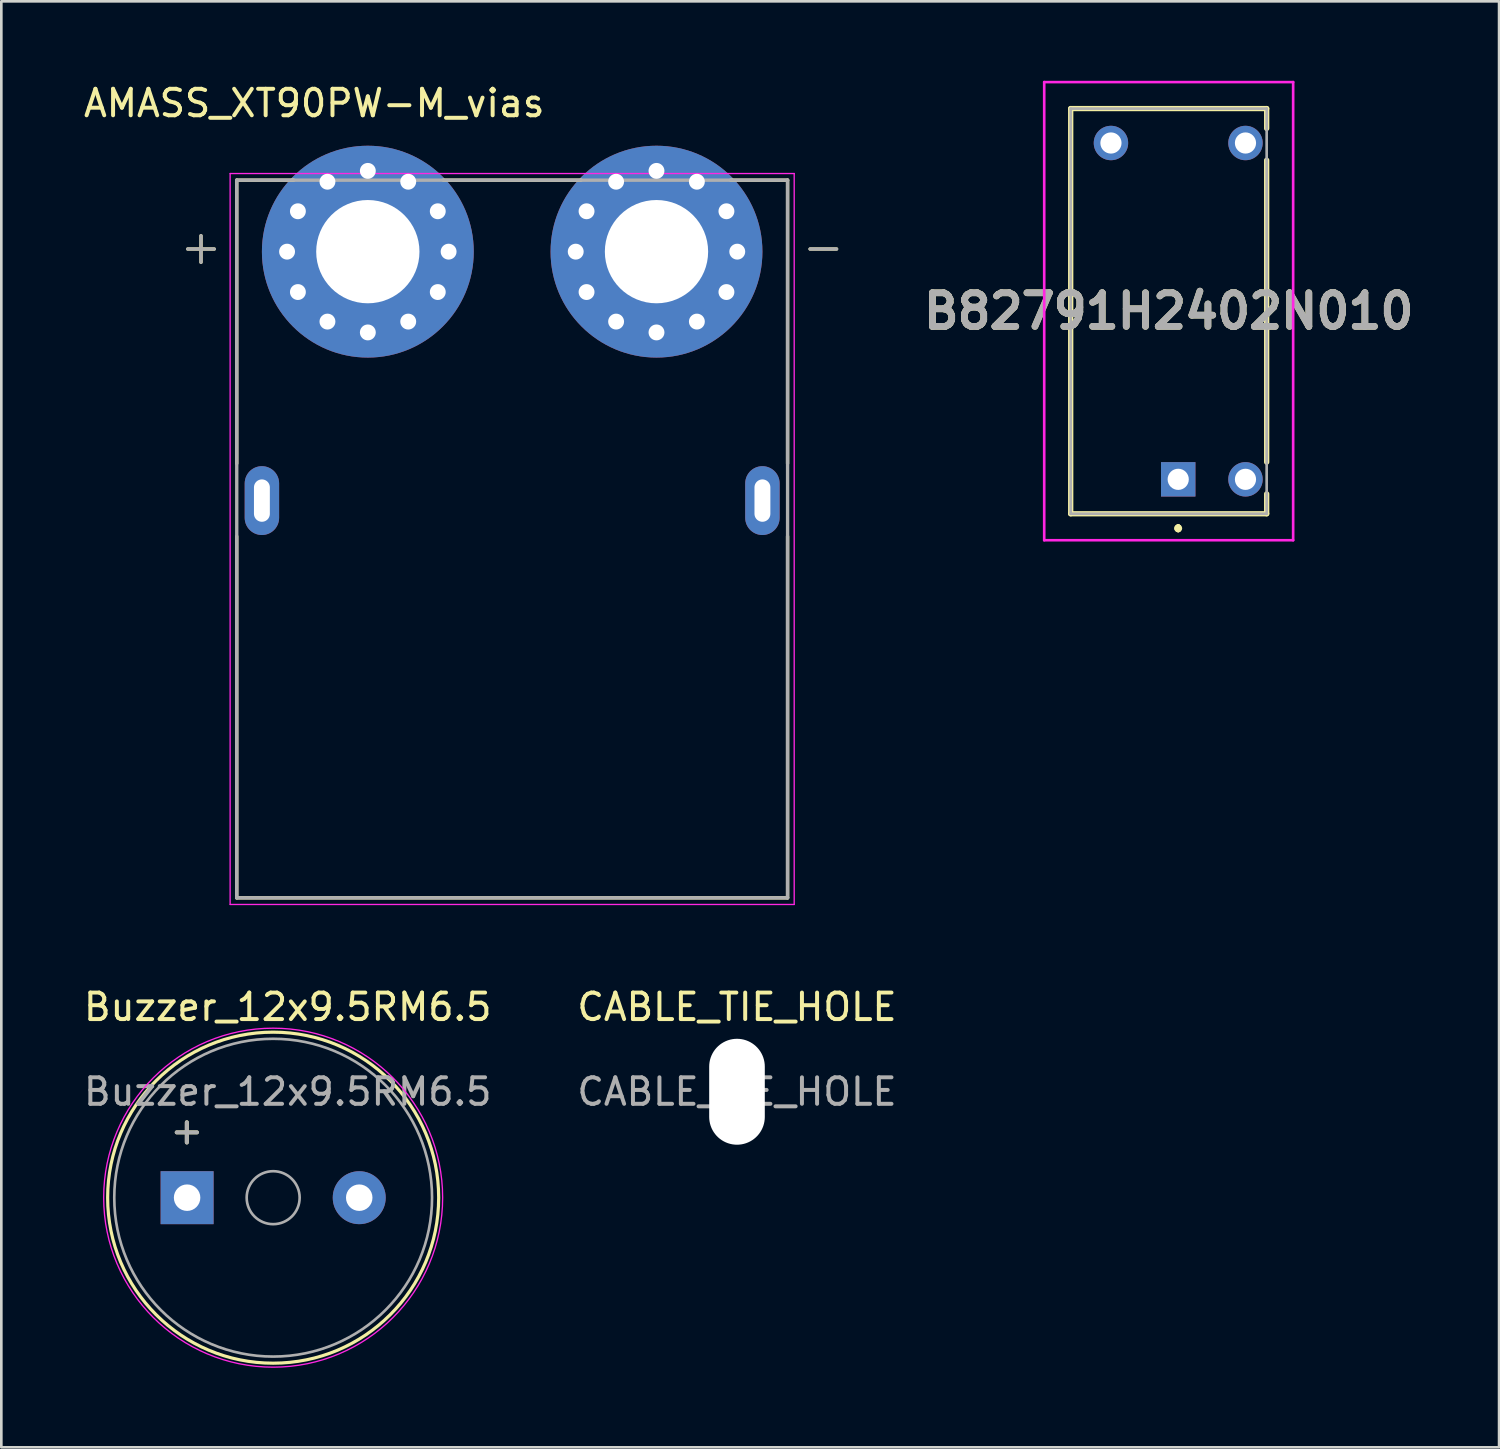
<source format=kicad_pcb>
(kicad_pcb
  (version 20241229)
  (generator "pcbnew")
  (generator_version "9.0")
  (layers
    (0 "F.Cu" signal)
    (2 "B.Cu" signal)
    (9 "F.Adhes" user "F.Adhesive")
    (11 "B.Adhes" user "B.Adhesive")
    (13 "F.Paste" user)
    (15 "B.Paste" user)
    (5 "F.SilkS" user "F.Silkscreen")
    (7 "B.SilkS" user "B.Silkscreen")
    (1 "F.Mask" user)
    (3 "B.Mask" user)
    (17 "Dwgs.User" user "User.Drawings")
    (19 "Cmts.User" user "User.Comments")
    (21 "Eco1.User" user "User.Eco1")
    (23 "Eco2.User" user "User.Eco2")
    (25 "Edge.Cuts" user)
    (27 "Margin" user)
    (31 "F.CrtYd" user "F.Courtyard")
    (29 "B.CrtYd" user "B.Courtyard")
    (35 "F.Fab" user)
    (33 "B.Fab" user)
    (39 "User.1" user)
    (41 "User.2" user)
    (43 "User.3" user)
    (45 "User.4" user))
  (footprint "AMASS_XT90PW-M_vias"
    (layer "F.Cu")
    (at 16.29 15.853)
    (property "Reference" "AMASS_XT90PW-M_vias" (at -7.475 -15.005 0) (layer "F.SilkS") (effects (font (size 1 1) (thickness 0.15))))
    (attr through_hole)
    (fp_line (start -11.75 -9) (end -11.75 -10) (stroke (width 0.127) (type solid)) (layer "F.SilkS"))
    (fp_line (start -11.25 -9.5) (end -12.25 -9.5) (stroke (width 0.127) (type solid)) (layer "F.SilkS"))
    (fp_line (start -10.4 -12.1) (end -10.4 -1.4) (stroke (width 0.127) (type solid)) (layer "F.SilkS"))
    (fp_line (start -10.4 1.35) (end -10.4 15) (stroke (width 0.127) (type solid)) (layer "F.SilkS"))
    (fp_line (start -10.4 15) (end 10.4 15) (stroke (width 0.127) (type solid)) (layer "F.SilkS"))
    (fp_line (start -8.25 -12.1) (end -10.4 -12.1) (stroke (width 0.127) (type solid)) (layer "F.SilkS"))
    (fp_line (start -2.6 -12.1) (end 2.6 -12.1) (stroke (width 0.127) (type solid)) (layer "F.SilkS"))
    (fp_line (start 10.4 -12.1) (end 8.25 -12.1) (stroke (width 0.127) (type solid)) (layer "F.SilkS"))
    (fp_line (start 10.4 -1.4) (end 10.4 -12.1) (stroke (width 0.127) (type solid)) (layer "F.SilkS"))
    (fp_line (start 10.4 15) (end 10.4 1.35) (stroke (width 0.127) (type solid)) (layer "F.SilkS"))
    (fp_line (start 11.25 -9.5) (end 12.25 -9.5) (stroke (width 0.127) (type solid)) (layer "F.SilkS"))
    (fp_line (start -10.65 -12.35) (end 10.65 -12.35) (stroke (width 0.05) (type solid)) (layer "F.CrtYd"))
    (fp_line (start -10.65 15.25) (end -10.65 -12.35) (stroke (width 0.05) (type solid)) (layer "F.CrtYd"))
    (fp_line (start 10.65 -12.35) (end 10.65 15.25) (stroke (width 0.05) (type solid)) (layer "F.CrtYd"))
    (fp_line (start 10.65 15.25) (end -10.65 15.25) (stroke (width 0.05) (type solid)) (layer "F.CrtYd"))
    (fp_line (start -11.75 -9) (end -11.75 -10) (stroke (width 0.127) (type solid)) (layer "F.Fab"))
    (fp_line (start -11.25 -9.5) (end -12.25 -9.5) (stroke (width 0.127) (type solid)) (layer "F.Fab"))
    (fp_line (start -10.4 -12.1) (end 10.4 -12.1) (stroke (width 0.127) (type solid)) (layer "F.Fab"))
    (fp_line (start -10.4 15) (end -10.4 -12.1) (stroke (width 0.127) (type solid)) (layer "F.Fab"))
    (fp_line (start 10.4 -12.1) (end 10.4 15) (stroke (width 0.127) (type solid)) (layer "F.Fab"))
    (fp_line (start 10.4 15) (end -10.4 15) (stroke (width 0.127) (type solid)) (layer "F.Fab"))
    (fp_line (start 12.25 -9.5) (end 11.25 -9.5) (stroke (width 0.127) (type solid)) (layer "F.Fab"))
    (pad "" thru_hole oval (at -9.45 0) (size 1.3 2.6) (drill oval 0.6 1.6) (layers "*.Cu" "*.Mask"))
    (pad "" thru_hole oval (at 9.45 0) (size 1.3 2.6) (drill oval 0.6 1.6) (layers "*.Cu" "*.Mask"))
    (pad "1" thru_hole circle (at -8.5 -9.4) (size 1 1) (drill 0.6) (layers "*.Cu" "*.Mask"))
    (pad "1" thru_hole circle (at -8.091 -10.925) (size 1 1) (drill 0.6) (layers "*.Cu" "*.Mask"))
    (pad "1" thru_hole circle (at -8.091 -7.875) (size 1 1) (drill 0.6) (layers "*.Cu" "*.Mask"))
    (pad "1" thru_hole circle (at -6.975 -12.041) (size 1 1) (drill 0.6) (layers "*.Cu" "*.Mask"))
    (pad "1" thru_hole circle (at -6.975 -6.759) (size 1 1) (drill 0.6) (layers "*.Cu" "*.Mask"))
    (pad "1" thru_hole circle (at -5.45 -12.45) (size 1 1) (drill 0.6) (layers "*.Cu" "*.Mask"))
    (pad "1" thru_hole circle (at -5.45 -9.4) (size 8 8) (drill 3.9) (layers "*.Cu" "*.Mask"))
    (pad "1" thru_hole circle (at -5.45 -6.35) (size 1 1) (drill 0.6) (layers "*.Cu" "*.Mask"))
    (pad "1" thru_hole circle (at -3.925 -12.041) (size 1 1) (drill 0.6) (layers "*.Cu" "*.Mask"))
    (pad "1" thru_hole circle (at -3.925 -6.759) (size 1 1) (drill 0.6) (layers "*.Cu" "*.Mask"))
    (pad "1" thru_hole circle (at -2.809 -10.925) (size 1 1) (drill 0.6) (layers "*.Cu" "*.Mask"))
    (pad "1" thru_hole circle (at -2.809 -7.875) (size 1 1) (drill 0.6) (layers "*.Cu" "*.Mask"))
    (pad "1" thru_hole circle (at -2.4 -9.4) (size 1 1) (drill 0.6) (layers "*.Cu" "*.Mask"))
    (pad "2" thru_hole circle (at 2.4 -9.4) (size 1 1) (drill 0.6) (layers "*.Cu" "*.Mask"))
    (pad "2" thru_hole circle (at 2.809 -10.925) (size 1 1) (drill 0.6) (layers "*.Cu" "*.Mask"))
    (pad "2" thru_hole circle (at 2.809 -7.875) (size 1 1) (drill 0.6) (layers "*.Cu" "*.Mask"))
    (pad "2" thru_hole circle (at 3.925 -12.041) (size 1 1) (drill 0.6) (layers "*.Cu" "*.Mask"))
    (pad "2" thru_hole circle (at 3.925 -6.759) (size 1 1) (drill 0.6) (layers "*.Cu" "*.Mask"))
    (pad "2" thru_hole circle (at 5.45 -12.45) (size 1 1) (drill 0.6) (layers "*.Cu" "*.Mask"))
    (pad "2" thru_hole circle (at 5.45 -9.4) (size 8 8) (drill 3.9) (layers "*.Cu" "*.Mask"))
    (pad "2" thru_hole circle (at 5.45 -6.35) (size 1 1) (drill 0.6) (layers "*.Cu" "*.Mask"))
    (pad "2" thru_hole circle (at 6.975 -12.041) (size 1 1) (drill 0.6) (layers "*.Cu" "*.Mask"))
    (pad "2" thru_hole circle (at 6.975 -6.759) (size 1 1) (drill 0.6) (layers "*.Cu" "*.Mask"))
    (pad "2" thru_hole circle (at 8.091 -10.925) (size 1 1) (drill 0.6) (layers "*.Cu" "*.Mask"))
    (pad "2" thru_hole circle (at 8.091 -7.875) (size 1 1) (drill 0.6) (layers "*.Cu" "*.Mask"))
    (pad "2" thru_hole circle (at 8.5 -9.4) (size 1 1) (drill 0.6) (layers "*.Cu" "*.Mask")))
  (footprint "Buzzer_12x9.5RM6.5"
    (layer "F.Cu")
    (at 4.015 42.176)
    (property "Reference" "Buzzer_12x9.5RM6.5" (at 3.8 -7.2 0) (layer "F.SilkS") (effects (font (size 1 1) (thickness 0.15))))
    (attr through_hole)
    (fp_circle (center 3.25 0) (end 9.5 0) (stroke (width 0.12) (type solid)) (fill no) (layer "F.SilkS"))
    (fp_circle (center 3.25 0) (end 9.65 0) (stroke (width 0.05) (type solid)) (fill no) (layer "F.CrtYd"))
    (fp_circle (center 3.25 0) (end 4.25 0) (stroke (width 0.1) (type solid)) (fill no) (layer "F.Fab"))
    (fp_circle (center 3.25 0) (end 9.25 0) (stroke (width 0.1) (type solid)) (fill no) (layer "F.Fab"))
    (fp_text user "+" (at -0.01 -2.54 0) (layer "F.SilkS") (effects (font (size 1 1) (thickness 0.15))))
    (fp_text user "+" (at -0.01 -2.54 0) (layer "F.Fab") (effects (font (size 1 1) (thickness 0.15))))
    (fp_text user "${REFERENCE}" (at 3.8 -4 0) (layer "F.Fab") (effects (font (size 1 1) (thickness 0.15))))
    (pad "1" thru_hole rect (at 0 0) (size 2 2) (drill 1) (layers "*.Cu" "*.Mask"))
    (pad "2" thru_hole circle (at 6.5 0) (size 2 2) (drill 1) (layers "*.Cu" "*.Mask")))
  (footprint "CABLE_TIE_HOLE"
    (layer "F.Cu")
    (at 24.78 38.176)
    (property "Reference" "CABLE_TIE_HOLE" (at 0 -3.2 0) (layer "F.SilkS") (effects (font (size 1 1) (thickness 0.15))))
    (attr exclude_from_pos_files exclude_from_bom)
    (fp_text user "${REFERENCE}" (at 0 0 0) (layer "F.Fab") (effects (font (size 1 1) (thickness 0.15))))
    (pad "" np_thru_hole oval (at 0 0) (size 2.1 4) (drill oval 2.1 4) (layers "*.Cu" "*.Mask")))
  (footprint "B82791H2402N010"
    (layer "F.Cu")
    (at 41.441 15.05)
    (property "Reference" "B82791H2402N010" (at -0.36 -6.35 0) (layer "F.SilkS") (effects (font (size 1.27 1.27) (thickness 0.254))))
    (attr through_hole)
    (fp_line (start -4.06 -14) (end 3.34 -14) (stroke (width 0.2) (type solid)) (layer "F.SilkS"))
    (fp_line (start -4.06 1.3) (end -4.06 -14) (stroke (width 0.2) (type solid)) (layer "F.SilkS"))
    (fp_line (start 0 1.8) (end 0 1.8) (stroke (width 0.2) (type solid)) (layer "F.SilkS"))
    (fp_line (start 0 1.8) (end 0 1.8) (stroke (width 0.2) (type solid)) (layer "F.SilkS"))
    (fp_line (start 0 1.9) (end 0 1.9) (stroke (width 0.2) (type solid)) (layer "F.SilkS"))
    (fp_line (start 3.34 -14) (end 3.34 -13.25) (stroke (width 0.2) (type solid)) (layer "F.SilkS"))
    (fp_line (start 3.34 -12.05) (end 3.34 -0.65) (stroke (width 0.2) (type solid)) (layer "F.SilkS"))
    (fp_line (start 3.34 0.55) (end 3.34 1.3) (stroke (width 0.2) (type solid)) (layer "F.SilkS"))
    (fp_line (start 3.34 1.3) (end -4.06 1.3) (stroke (width 0.2) (type solid)) (layer "F.SilkS"))
    (fp_arc (start 0 1.8) (mid 0.05 1.85) (end 0 1.9) (stroke (width 0.2) (type solid)) (layer "F.SilkS"))
    (fp_arc (start 0 1.9) (mid -0.05 1.85) (end 0 1.8) (stroke (width 0.2) (type solid)) (layer "F.SilkS"))
    (fp_arc (start 0 1.9) (mid -0.05 1.85) (end 0 1.8) (stroke (width 0.2) (type solid)) (layer "F.SilkS"))
    (fp_line (start -5.06 -15) (end -5.06 2.3) (stroke (width 0.1) (type solid)) (layer "F.CrtYd"))
    (fp_line (start -5.06 2.3) (end 4.34 2.3) (stroke (width 0.1) (type solid)) (layer "F.CrtYd"))
    (fp_line (start 4.34 -15) (end -5.06 -15) (stroke (width 0.1) (type solid)) (layer "F.CrtYd"))
    (fp_line (start 4.34 2.3) (end 4.34 -15) (stroke (width 0.1) (type solid)) (layer "F.CrtYd"))
    (fp_line (start -4.06 -14) (end 3.34 -14) (stroke (width 0.1) (type solid)) (layer "F.Fab"))
    (fp_line (start -4.06 1.3) (end -4.06 -14) (stroke (width 0.1) (type solid)) (layer "F.Fab"))
    (fp_line (start 3.34 -14) (end 3.34 1.3) (stroke (width 0.1) (type solid)) (layer "F.Fab"))
    (fp_line (start 3.34 1.3) (end -4.06 1.3) (stroke (width 0.1) (type solid)) (layer "F.Fab"))
    (fp_text user "${REFERENCE}" (at -0.36 -6.35 0) (layer "F.Fab") (effects (font (size 1.27 1.27) (thickness 0.254))))
    (pad "1" thru_hole rect (at 0 0) (size 1.3 1.3) (drill 0.8) (layers "*.Cu" "*.Mask"))
    (pad "2" thru_hole circle (at 2.54 0) (size 1.3 1.3) (drill 0.8) (layers "*.Cu" "*.Mask"))
    (pad "3" thru_hole circle (at 2.54 -12.7) (size 1.3 1.3) (drill 0.8) (layers "*.Cu" "*.Mask"))
    (pad "4" thru_hole circle (at -2.54 -12.7) (size 1.3 1.3) (drill 0.8) (layers "*.Cu" "*.Mask")))
  (gr_rect
    (start -3 -3)
    (end 53.557 51.602)
    (stroke (width 0.1) (type default))
    (fill no)
    (layer "Edge.Cuts")))
</source>
